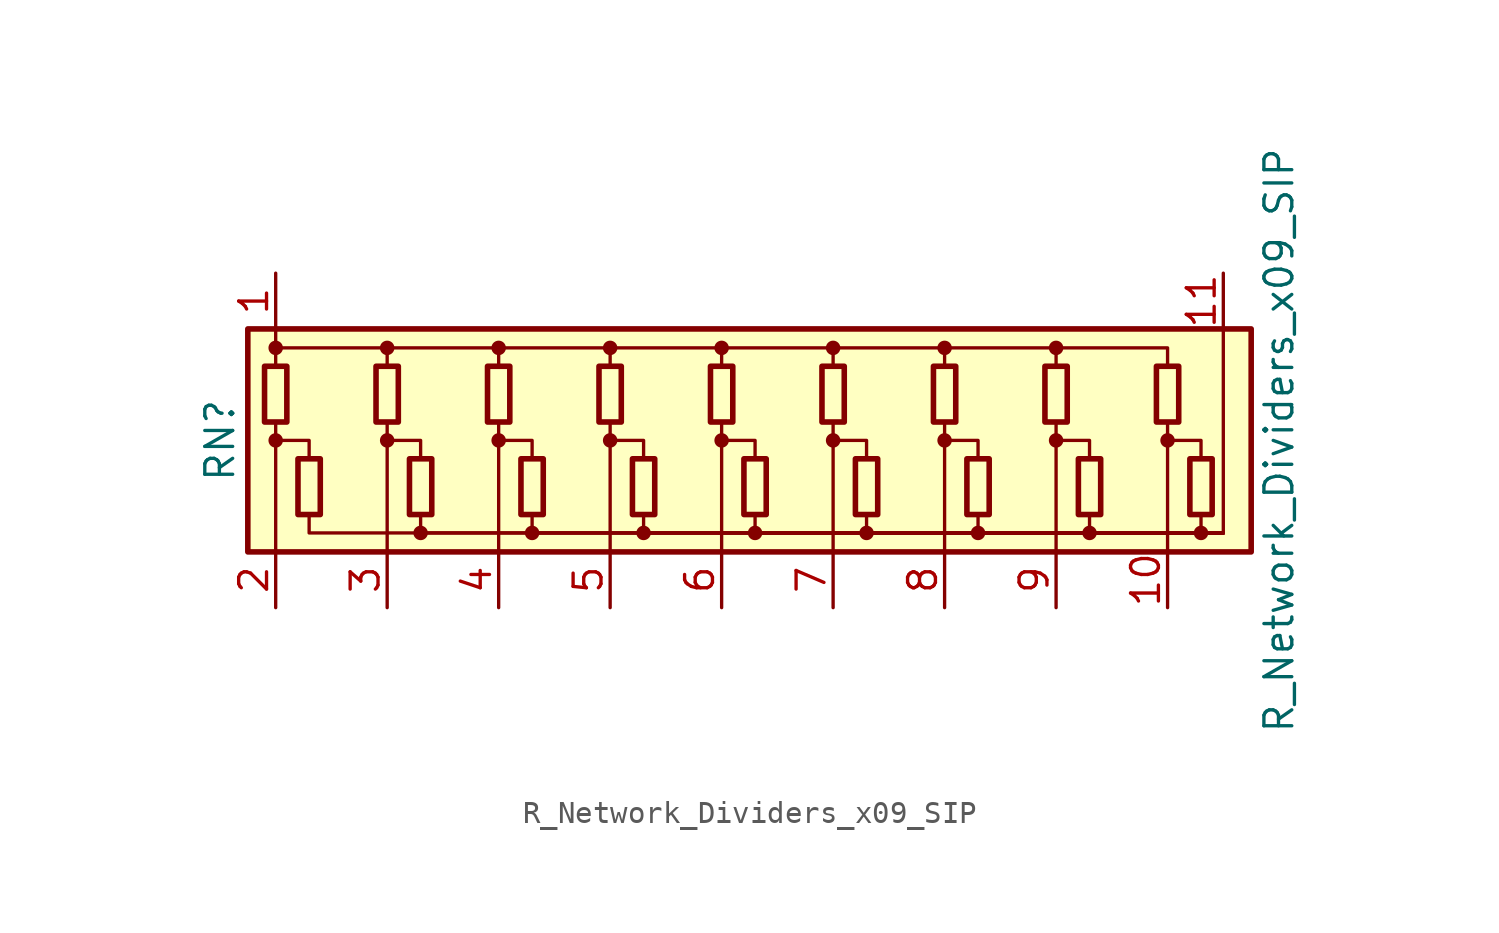
<source format=kicad_sym>
(kicad_symbol_lib
  (version 20211014)
  (generator kicad_symbol_editor)
  (symbol "R_Network_Dividers_x09_SIP"
    (pin_names
      (offset 0) hide)
    (property "Reference" "RN"
      (at -22.86 0 90)
      (effects (font (size 1.27 1.27))))
    (property "Value" "R_Network_Dividers_x09_SIP"
      (at 25.4 0 90)
      (effects (font (size 1.27 1.27))))
    (symbol "R_Network_Dividers_x09_SIP_0_1"
      (rectangle (start -21.59 -5.08) (end 24.13 5.08) (stroke (width 0.254) (type default) (color 0 0 0 0)) (fill (type background)))
      (rectangle (start -20.828 3.378) (end -19.812 0.838) (stroke (width 0.254) (type default) (color 0 0 0 0)) (fill (type none)))
      (circle (center -20.32 0) (radius 0.254) (stroke (width 0) (type default) (color 0 0 0 0)) (fill (type outline)))
      (circle (center -20.32 4.216) (radius 0.254) (stroke (width 0) (type default) (color 0 0 0 0)) (fill (type outline)))
      (rectangle (start -19.304 -3.378) (end -18.288 -0.838) (stroke (width 0.254) (type default) (color 0 0 0 0)) (fill (type none)))
      (rectangle (start -15.748 3.378) (end -14.732 0.838) (stroke (width 0.254) (type default) (color 0 0 0 0)) (fill (type none)))
      (circle (center -15.24 0) (radius 0.254) (stroke (width 0) (type default) (color 0 0 0 0)) (fill (type outline)))
      (circle (center -15.24 4.216) (radius 0.254) (stroke (width 0) (type default) (color 0 0 0 0)) (fill (type outline)))
      (rectangle (start -14.224 -3.378) (end -13.208 -0.838) (stroke (width 0.254) (type default) (color 0 0 0 0)) (fill (type none)))
      (circle (center -13.716 -4.216) (radius 0.254) (stroke (width 0) (type default) (color 0 0 0 0)) (fill (type outline)))
      (rectangle (start -10.668 3.378) (end -9.652 0.838) (stroke (width 0.254) (type default) (color 0 0 0 0)) (fill (type none)))
      (circle (center -10.16 0) (radius 0.254) (stroke (width 0) (type default) (color 0 0 0 0)) (fill (type outline)))
      (circle (center -10.16 4.216) (radius 0.254) (stroke (width 0) (type default) (color 0 0 0 0)) (fill (type outline)))
      (rectangle (start -9.144 -3.378) (end -8.128 -0.838) (stroke (width 0.254) (type default) (color 0 0 0 0)) (fill (type none)))
      (circle (center -8.636 -4.216) (radius 0.254) (stroke (width 0) (type default) (color 0 0 0 0)) (fill (type outline)))
      (rectangle (start -5.588 3.378) (end -4.572 0.838) (stroke (width 0.254) (type default) (color 0 0 0 0)) (fill (type none)))
      (circle (center -5.08 0) (radius 0.254) (stroke (width 0) (type default) (color 0 0 0 0)) (fill (type outline)))
      (circle (center -5.08 4.216) (radius 0.254) (stroke (width 0) (type default) (color 0 0 0 0)) (fill (type outline)))
      (rectangle (start -4.064 -3.378) (end -3.048 -0.838) (stroke (width 0.254) (type default) (color 0 0 0 0)) (fill (type none)))
      (circle (center -3.556 -4.216) (radius 0.254) (stroke (width 0) (type default) (color 0 0 0 0)) (fill (type outline)))
      (rectangle (start -0.508 3.378) (end 0.508 0.838) (stroke (width 0.254) (type default) (color 0 0 0 0)) (fill (type none)))
      (polyline (pts (xy -20.32 -5.08) (xy -20.32 0.838)) (stroke (width 0) (type default) (color 0 0 0 0)) (fill (type none)))
      (polyline (pts (xy -20.32 5.08) (xy -20.32 3.378)) (stroke (width 0) (type default) (color 0 0 0 0)) (fill (type none)))
      (polyline (pts (xy -15.24 -5.08) (xy -15.24 0.838)) (stroke (width 0) (type default) (color 0 0 0 0)) (fill (type none)))
      (polyline (pts (xy -10.16 -5.08) (xy -10.16 0.838)) (stroke (width 0) (type default) (color 0 0 0 0)) (fill (type none)))
      (polyline (pts (xy -5.08 -5.08) (xy -5.08 0.838)) (stroke (width 0) (type default) (color 0 0 0 0)) (fill (type none)))
      (polyline (pts (xy 0 -5.08) (xy 0 0.838)) (stroke (width 0) (type default) (color 0 0 0 0)) (fill (type none)))
      (polyline (pts (xy 5.08 -5.08) (xy 5.08 0.838)) (stroke (width 0) (type default) (color 0 0 0 0)) (fill (type none)))
      (polyline (pts (xy 10.16 -5.08) (xy 10.16 0.838)) (stroke (width 0) (type default) (color 0 0 0 0)) (fill (type none)))
      (polyline (pts (xy 15.24 -5.08) (xy 15.24 0.838)) (stroke (width 0) (type default) (color 0 0 0 0)) (fill (type none)))
      (polyline (pts (xy 20.32 -5.08) (xy 20.32 0.838)) (stroke (width 0) (type default) (color 0 0 0 0)) (fill (type none)))
      (polyline (pts (xy 22.86 -4.216) (xy 22.86 5.08)) (stroke (width 0) (type default) (color 0 0 0 0)) (fill (type none)))
      (polyline (pts (xy -20.32 0) (xy -18.796 0) (xy -18.796 -0.838)) (stroke (width 0) (type default) (color 0 0 0 0)) (fill (type none)))
      (polyline (pts (xy -20.32 4.216) (xy -15.24 4.216) (xy -15.24 3.378)) (stroke (width 0) (type default) (color 0 0 0 0)) (fill (type none)))
      (polyline (pts (xy -18.796 -3.378) (xy -18.796 -4.216) (xy 22.86 -4.216)) (stroke (width 0) (type default) (color 0 0 0 0)) (fill (type none)))
      (polyline (pts (xy -15.24 0) (xy -13.716 0) (xy -13.716 -0.838)) (stroke (width 0) (type default) (color 0 0 0 0)) (fill (type none)))
      (polyline (pts (xy -15.24 4.216) (xy -10.16 4.216) (xy -10.16 3.378)) (stroke (width 0) (type default) (color 0 0 0 0)) (fill (type none)))
      (polyline (pts (xy -13.716 -3.378) (xy -13.716 -4.216) (xy 22.86 -4.216)) (stroke (width 0) (type default) (color 0 0 0 0)) (fill (type none)))
      (polyline (pts (xy -10.16 0) (xy -8.636 0) (xy -8.636 -0.838)) (stroke (width 0) (type default) (color 0 0 0 0)) (fill (type none)))
      (polyline (pts (xy -10.16 4.216) (xy -5.08 4.216) (xy -5.08 3.378)) (stroke (width 0) (type default) (color 0 0 0 0)) (fill (type none)))
      (polyline (pts (xy -8.636 -3.378) (xy -8.636 -4.216) (xy 22.86 -4.216)) (stroke (width 0) (type default) (color 0 0 0 0)) (fill (type none)))
      (polyline (pts (xy -5.08 0) (xy -3.556 0) (xy -3.556 -0.838)) (stroke (width 0) (type default) (color 0 0 0 0)) (fill (type none)))
      (polyline (pts (xy -5.08 4.216) (xy 0 4.216) (xy 0 3.378)) (stroke (width 0) (type default) (color 0 0 0 0)) (fill (type none)))
      (polyline (pts (xy -3.556 -3.378) (xy -3.556 -4.216) (xy 22.86 -4.216)) (stroke (width 0) (type default) (color 0 0 0 0)) (fill (type none)))
      (polyline (pts (xy 0 0) (xy 1.524 0) (xy 1.524 -0.838)) (stroke (width 0) (type default) (color 0 0 0 0)) (fill (type none)))
      (polyline (pts (xy 0 4.216) (xy 5.08 4.216) (xy 5.08 3.378)) (stroke (width 0) (type default) (color 0 0 0 0)) (fill (type none)))
      (polyline (pts (xy 1.524 -3.378) (xy 1.524 -4.216) (xy 22.86 -4.216)) (stroke (width 0) (type default) (color 0 0 0 0)) (fill (type none)))
      (polyline (pts (xy 5.08 0) (xy 6.604 0) (xy 6.604 -0.838)) (stroke (width 0) (type default) (color 0 0 0 0)) (fill (type none)))
      (polyline (pts (xy 5.08 4.216) (xy 10.16 4.216) (xy 10.16 3.378)) (stroke (width 0) (type default) (color 0 0 0 0)) (fill (type none)))
      (polyline (pts (xy 6.604 -3.378) (xy 6.604 -4.216) (xy 22.86 -4.216)) (stroke (width 0) (type default) (color 0 0 0 0)) (fill (type none)))
      (polyline (pts (xy 10.16 0) (xy 11.684 0) (xy 11.684 -0.838)) (stroke (width 0) (type default) (color 0 0 0 0)) (fill (type none)))
      (polyline (pts (xy 10.16 4.216) (xy 15.24 4.216) (xy 15.24 3.378)) (stroke (width 0) (type default) (color 0 0 0 0)) (fill (type none)))
      (polyline (pts (xy 11.684 -3.378) (xy 11.684 -4.216) (xy 22.86 -4.216)) (stroke (width 0) (type default) (color 0 0 0 0)) (fill (type none)))
      (polyline (pts (xy 15.24 0) (xy 16.764 0) (xy 16.764 -0.838)) (stroke (width 0) (type default) (color 0 0 0 0)) (fill (type none)))
      (polyline (pts (xy 15.24 4.216) (xy 20.32 4.216) (xy 20.32 3.378)) (stroke (width 0) (type default) (color 0 0 0 0)) (fill (type none)))
      (polyline (pts (xy 16.764 -3.378) (xy 16.764 -4.216) (xy 22.86 -4.216)) (stroke (width 0) (type default) (color 0 0 0 0)) (fill (type none)))
      (polyline (pts (xy 20.32 0) (xy 21.844 0) (xy 21.844 -0.838)) (stroke (width 0) (type default) (color 0 0 0 0)) (fill (type none)))
      (polyline (pts (xy 21.844 -3.378) (xy 21.844 -4.216) (xy 22.86 -4.216)) (stroke (width 0) (type default) (color 0 0 0 0)) (fill (type none)))
      (circle (center 0 0) (radius 0.254) (stroke (width 0) (type default) (color 0 0 0 0)) (fill (type outline)))
      (circle (center 0 4.216) (radius 0.254) (stroke (width 0) (type default) (color 0 0 0 0)) (fill (type outline)))
      (rectangle (start 1.016 -3.378) (end 2.032 -0.838) (stroke (width 0.254) (type default) (color 0 0 0 0)) (fill (type none)))
      (circle (center 1.524 -4.216) (radius 0.254) (stroke (width 0) (type default) (color 0 0 0 0)) (fill (type outline)))
      (rectangle (start 4.572 3.378) (end 5.588 0.838) (stroke (width 0.254) (type default) (color 0 0 0 0)) (fill (type none)))
      (circle (center 5.08 0) (radius 0.254) (stroke (width 0) (type default) (color 0 0 0 0)) (fill (type outline)))
      (circle (center 5.08 4.216) (radius 0.254) (stroke (width 0) (type default) (color 0 0 0 0)) (fill (type outline)))
      (rectangle (start 6.096 -3.378) (end 7.112 -0.838) (stroke (width 0.254) (type default) (color 0 0 0 0)) (fill (type none)))
      (circle (center 6.604 -4.216) (radius 0.254) (stroke (width 0) (type default) (color 0 0 0 0)) (fill (type outline)))
      (rectangle (start 9.652 3.378) (end 10.668 0.838) (stroke (width 0.254) (type default) (color 0 0 0 0)) (fill (type none)))
      (circle (center 10.16 0) (radius 0.254) (stroke (width 0) (type default) (color 0 0 0 0)) (fill (type outline)))
      (circle (center 10.16 4.216) (radius 0.254) (stroke (width 0) (type default) (color 0 0 0 0)) (fill (type outline)))
      (rectangle (start 11.176 -3.378) (end 12.192 -0.838) (stroke (width 0.254) (type default) (color 0 0 0 0)) (fill (type none)))
      (circle (center 11.684 -4.216) (radius 0.254) (stroke (width 0) (type default) (color 0 0 0 0)) (fill (type outline)))
      (rectangle (start 14.732 3.378) (end 15.748 0.838) (stroke (width 0.254) (type default) (color 0 0 0 0)) (fill (type none)))
      (circle (center 15.24 0) (radius 0.254) (stroke (width 0) (type default) (color 0 0 0 0)) (fill (type outline)))
      (circle (center 15.24 4.216) (radius 0.254) (stroke (width 0) (type default) (color 0 0 0 0)) (fill (type outline)))
      (rectangle (start 16.256 -3.378) (end 17.272 -0.838) (stroke (width 0.254) (type default) (color 0 0 0 0)) (fill (type none)))
      (circle (center 16.764 -4.216) (radius 0.254) (stroke (width 0) (type default) (color 0 0 0 0)) (fill (type outline)))
      (rectangle (start 19.812 3.378) (end 20.828 0.838) (stroke (width 0.254) (type default) (color 0 0 0 0)) (fill (type none)))
      (circle (center 20.32 0) (radius 0.254) (stroke (width 0) (type default) (color 0 0 0 0)) (fill (type outline)))
      (rectangle (start 21.336 -3.378) (end 22.352 -0.838) (stroke (width 0.254) (type default) (color 0 0 0 0)) (fill (type none)))
      (circle (center 21.844 -4.216) (radius 0.254) (stroke (width 0) (type default) (color 0 0 0 0)) (fill (type outline))))
    (symbol "R_Network_Dividers_x09_SIP_1_1"
      (pin passive line (at -20.32 7.62 270) (length 2.54) (name "COM1" (effects (font (size 1.27 1.27)))) (number "1" (effects (font (size 1.27 1.27)))))
      (pin passive line (at 20.32 -7.62 90) (length 2.54) (name "R9" (effects (font (size 1.27 1.27)))) (number "10" (effects (font (size 1.27 1.27)))))
      (pin passive line (at 22.86 7.62 270) (length 2.54) (name "COM2" (effects (font (size 1.27 1.27)))) (number "11" (effects (font (size 1.27 1.27)))))
      (pin passive line (at -20.32 -7.62 90) (length 2.54) (name "R1" (effects (font (size 1.27 1.27)))) (number "2" (effects (font (size 1.27 1.27)))))
      (pin passive line (at -15.24 -7.62 90) (length 2.54) (name "R2" (effects (font (size 1.27 1.27)))) (number "3" (effects (font (size 1.27 1.27)))))
      (pin passive line (at -10.16 -7.62 90) (length 2.54) (name "R3" (effects (font (size 1.27 1.27)))) (number "4" (effects (font (size 1.27 1.27)))))
      (pin passive line (at -5.08 -7.62 90) (length 2.54) (name "R4" (effects (font (size 1.27 1.27)))) (number "5" (effects (font (size 1.27 1.27)))))
      (pin passive line (at 0 -7.62 90) (length 2.54) (name "R5" (effects (font (size 1.27 1.27)))) (number "6" (effects (font (size 1.27 1.27)))))
      (pin passive line (at 5.08 -7.62 90) (length 2.54) (name "R6" (effects (font (size 1.27 1.27)))) (number "7" (effects (font (size 1.27 1.27)))))
      (pin passive line (at 10.16 -7.62 90) (length 2.54) (name "R7" (effects (font (size 1.27 1.27)))) (number "8" (effects (font (size 1.27 1.27)))))
      (pin passive line (at 15.24 -7.62 90) (length 2.54) (name "R8" (effects (font (size 1.27 1.27)))) (number "9" (effects (font (size 1.27 1.27))))))))
</source>
